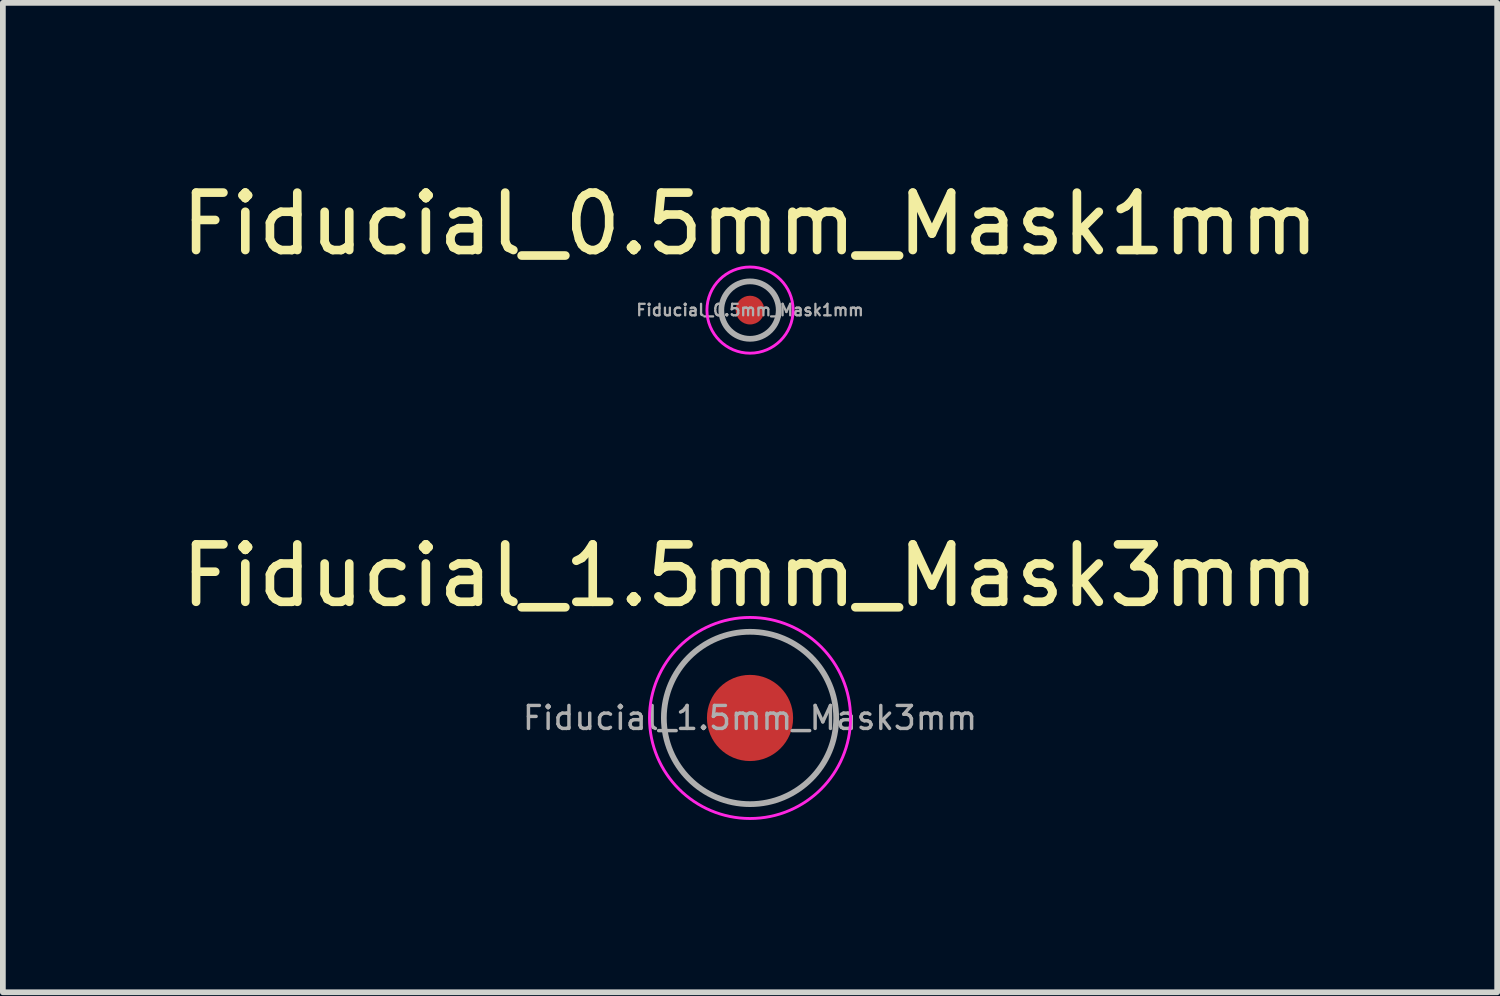
<source format=kicad_pcb>
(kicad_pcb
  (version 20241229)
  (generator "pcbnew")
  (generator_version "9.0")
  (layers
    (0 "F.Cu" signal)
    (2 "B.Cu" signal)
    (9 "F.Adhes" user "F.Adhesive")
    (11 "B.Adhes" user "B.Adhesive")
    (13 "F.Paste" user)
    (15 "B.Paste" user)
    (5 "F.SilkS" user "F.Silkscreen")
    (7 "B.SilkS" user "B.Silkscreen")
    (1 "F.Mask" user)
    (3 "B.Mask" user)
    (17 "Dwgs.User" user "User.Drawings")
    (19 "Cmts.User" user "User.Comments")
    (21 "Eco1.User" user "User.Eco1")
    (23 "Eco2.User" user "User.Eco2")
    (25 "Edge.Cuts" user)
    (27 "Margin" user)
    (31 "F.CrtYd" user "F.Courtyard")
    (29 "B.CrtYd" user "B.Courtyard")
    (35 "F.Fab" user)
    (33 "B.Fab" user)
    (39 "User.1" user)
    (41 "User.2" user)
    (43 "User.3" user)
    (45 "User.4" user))
  (footprint "Fiducial_0.5mm_Mask1mm"
    (layer "F.Cu")
    (at 10.006 2.348)
    (property "Reference" "Fiducial_0.5mm_Mask1mm" (at 0 -1.5 0) (layer "F.SilkS") (effects (font (size 1 1) (thickness 0.15))))
    (attr smd)
    (fp_circle (center 0 0) (end 0.75 0) (stroke (width 0.05) (type solid)) (fill no) (layer "F.CrtYd"))
    (fp_circle (center 0 0) (end 0.5 0) (stroke (width 0.1) (type solid)) (fill no) (layer "F.Fab"))
    (fp_text user "${REFERENCE}" (at 0 0 0) (layer "F.Fab") (effects (font (size 0.2 0.2) (thickness 0.04))))
    (pad "" smd circle (at 0 0) (size 0.5 0.5) (layers "F.Cu" "F.Mask")))
  (footprint "Fiducial_1.5mm_Mask3mm"
    (layer "F.Cu")
    (at 10.006 9.448)
    (property "Reference" "Fiducial_1.5mm_Mask3mm" (at 0 -2.477 0) (layer "F.SilkS") (effects (font (size 1 1) (thickness 0.15))))
    (attr smd)
    (fp_circle (center 0 0) (end 1.75 0) (stroke (width 0.05) (type solid)) (fill no) (layer "F.CrtYd"))
    (fp_circle (center 0 0) (end 1.5 0) (stroke (width 0.1) (type solid)) (fill no) (layer "F.Fab"))
    (fp_text user "${REFERENCE}" (at 0 0 0) (layer "F.Fab") (effects (font (size 0.4 0.4) (thickness 0.06))))
    (pad "" smd circle (at 0 0) (size 1.5 1.5) (layers "F.Cu" "F.Mask")))
  (gr_rect
    (start -3 -3)
    (end 23.012 14.223)
    (stroke (width 0.1) (type default))
    (fill no)
    (layer "Edge.Cuts")))
</source>
